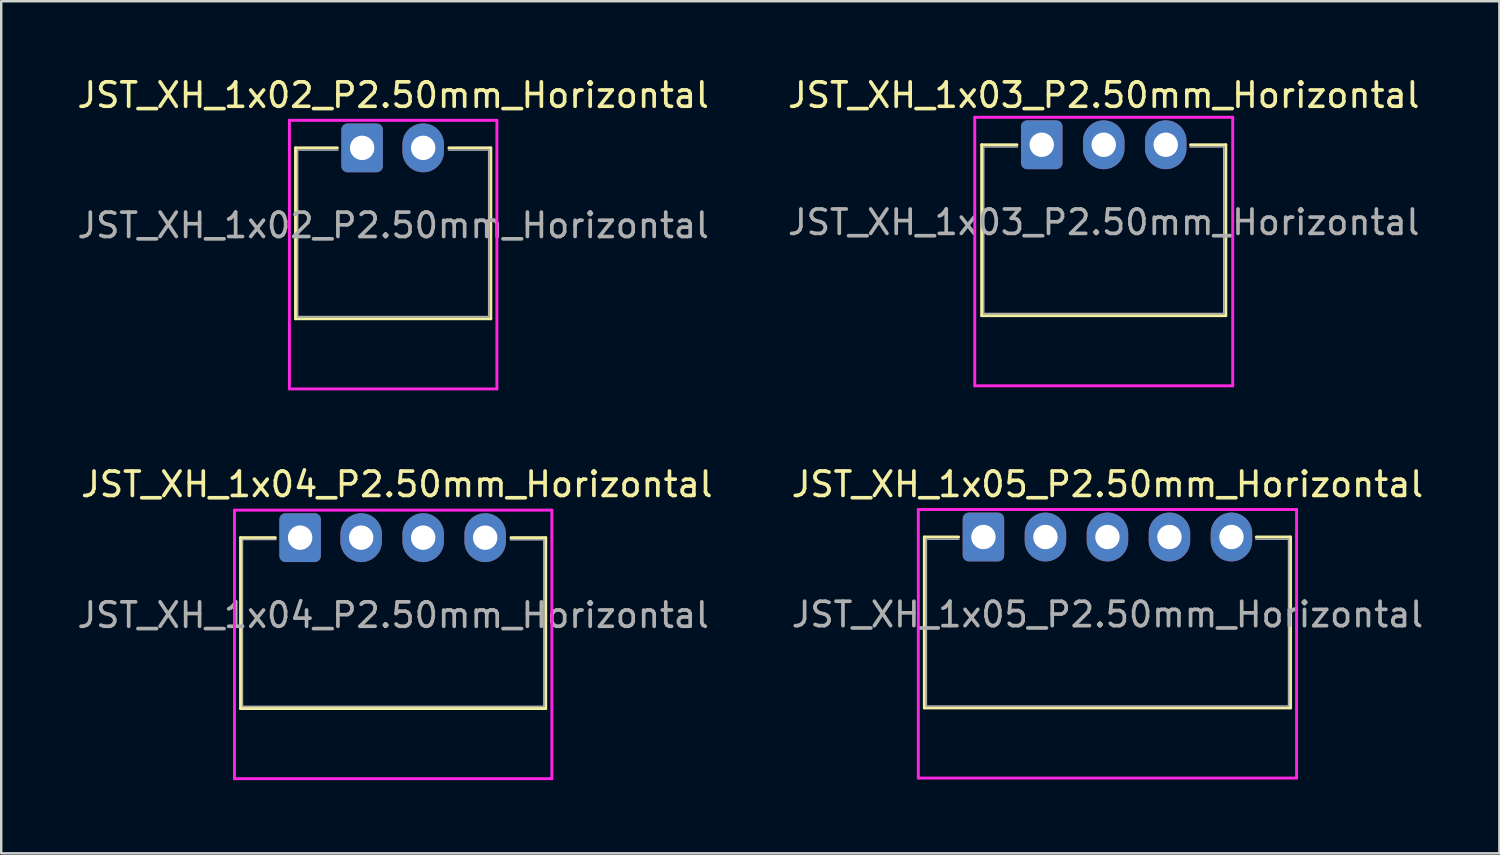
<source format=kicad_pcb>
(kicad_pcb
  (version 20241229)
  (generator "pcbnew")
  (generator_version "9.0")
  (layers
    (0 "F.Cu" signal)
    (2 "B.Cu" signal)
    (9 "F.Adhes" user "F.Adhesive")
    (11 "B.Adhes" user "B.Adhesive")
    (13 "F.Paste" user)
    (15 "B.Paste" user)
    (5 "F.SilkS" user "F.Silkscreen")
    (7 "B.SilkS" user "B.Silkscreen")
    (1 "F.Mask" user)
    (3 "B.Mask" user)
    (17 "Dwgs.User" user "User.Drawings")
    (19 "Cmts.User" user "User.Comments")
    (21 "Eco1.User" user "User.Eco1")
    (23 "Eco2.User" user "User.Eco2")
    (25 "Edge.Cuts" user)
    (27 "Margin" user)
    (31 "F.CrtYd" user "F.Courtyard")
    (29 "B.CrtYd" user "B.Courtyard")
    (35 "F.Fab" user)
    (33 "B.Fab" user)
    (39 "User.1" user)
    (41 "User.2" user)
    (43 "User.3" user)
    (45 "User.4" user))
  (footprint "JST_XH_1x04_P2.50mm_Horizontal"
    (layer "F.Cu")
    (at 13.054 18.846)
    (property "Reference" "JST_XH_1x04_P2.50mm_Horizontal" (at 0.152 -2.057 0) (layer "F.SilkS") (effects (font (size 1 1) (thickness 0.15))))
    (attr through_hole)
    (fp_line (start -6.25 0.127) (end -6.25 7.127) (stroke (width 0.12) (type solid)) (layer "F.SilkS"))
    (fp_line (start -6.25 0.127) (end -4.826 0.127) (stroke (width 0.12) (type solid)) (layer "F.SilkS"))
    (fp_line (start -6.25 7.127) (end 6.25 7.127) (stroke (width 0.12) (type solid)) (layer "F.SilkS"))
    (fp_line (start 6.25 0.127) (end 4.826 0.127) (stroke (width 0.12) (type solid)) (layer "F.SilkS"))
    (fp_line (start 6.25 0.127) (end 6.25 7.127) (stroke (width 0.12) (type solid)) (layer "F.SilkS"))
    (fp_line (start -6.5 -1) (end -6.5 10) (stroke (width 0.12) (type solid)) (layer "F.CrtYd"))
    (fp_line (start -6.5 -1) (end 6.5 -1) (stroke (width 0.12) (type solid)) (layer "F.CrtYd"))
    (fp_line (start -6.5 10) (end 6.5 10) (stroke (width 0.12) (type solid)) (layer "F.CrtYd"))
    (fp_line (start 6.5 -1) (end 6.5 10) (stroke (width 0.12) (type solid)) (layer "F.CrtYd"))
    (fp_line (start -6.172 0.203) (end -4.801 0.203) (stroke (width 0.06) (type solid)) (layer "F.Fab"))
    (fp_line (start -6.172 7.036) (end -6.172 0.203) (stroke (width 0.06) (type solid)) (layer "F.Fab"))
    (fp_line (start 6.172 0.216) (end 4.801 0.216) (stroke (width 0.06) (type solid)) (layer "F.Fab"))
    (fp_line (start 6.172 7.036) (end -6.172 7.036) (stroke (width 0.06) (type solid)) (layer "F.Fab"))
    (fp_line (start 6.172 7.036) (end 6.172 0.216) (stroke (width 0.06) (type solid)) (layer "F.Fab"))
    (fp_text user "${REFERENCE}" (at 0 3.302 0) (layer "F.Fab") (effects (font (size 1 1) (thickness 0.15))))
    (pad "1" thru_hole roundrect (at -3.81 0.127) (size 1.7 2) (drill 1) (layers "*.Cu" "*.Mask") (roundrect_rratio 0.147))
    (pad "2" thru_hole oval (at -1.31 0.127) (size 1.7 2) (drill 1) (layers "*.Cu" "*.Mask"))
    (pad "3" thru_hole oval (at 1.23 0.127) (size 1.7 2) (drill 1) (layers "*.Cu" "*.Mask"))
    (pad "4" thru_hole oval (at 3.77 0.127) (size 1.7 2) (drill 1) (layers "*.Cu" "*.Mask")))
  (footprint "JST_XH_1x02_P2.50mm_Horizontal"
    (layer "F.Cu")
    (at 13.054 2.88)
    (property "Reference" "JST_XH_1x02_P2.50mm_Horizontal" (at 0 -2.032 0) (layer "F.SilkS") (effects (font (size 1 1) (thickness 0.15))))
    (attr through_hole)
    (fp_line (start -4 0.127) (end -4 7.127) (stroke (width 0.12) (type solid)) (layer "F.SilkS"))
    (fp_line (start -4 0.127) (end -2.286 0.127) (stroke (width 0.12) (type solid)) (layer "F.SilkS"))
    (fp_line (start -4 7.127) (end 4 7.127) (stroke (width 0.12) (type solid)) (layer "F.SilkS"))
    (fp_line (start 4 0.127) (end 2.286 0.127) (stroke (width 0.12) (type solid)) (layer "F.SilkS"))
    (fp_line (start 4 0.127) (end 4 7.127) (stroke (width 0.12) (type solid)) (layer "F.SilkS"))
    (fp_line (start -4.25 -1) (end -4.25 10) (stroke (width 0.12) (type solid)) (layer "F.CrtYd"))
    (fp_line (start -4.25 -1) (end 4.25 -1) (stroke (width 0.12) (type solid)) (layer "F.CrtYd"))
    (fp_line (start -4.25 10) (end 4.25 10) (stroke (width 0.12) (type solid)) (layer "F.CrtYd"))
    (fp_line (start 4.25 -1) (end 4.25 10) (stroke (width 0.12) (type solid)) (layer "F.CrtYd"))
    (fp_line (start -3.912 0.216) (end -2.261 0.216) (stroke (width 0.06) (type solid)) (layer "F.Fab"))
    (fp_line (start -3.912 7.036) (end -3.912 0.216) (stroke (width 0.06) (type solid)) (layer "F.Fab"))
    (fp_line (start 3.912 0.216) (end 2.261 0.216) (stroke (width 0.06) (type solid)) (layer "F.Fab"))
    (fp_line (start 3.912 7.036) (end -3.912 7.036) (stroke (width 0.06) (type solid)) (layer "F.Fab"))
    (fp_line (start 3.912 7.036) (end 3.912 0.216) (stroke (width 0.06) (type solid)) (layer "F.Fab"))
    (fp_text user "${REFERENCE}" (at 0 3.302 0) (layer "F.Fab") (effects (font (size 1 1) (thickness 0.15))))
    (pad "1" thru_hole roundrect (at -1.27 0.127) (size 1.7 2) (drill 1) (layers "*.Cu" "*.Mask") (roundrect_rratio 0.147))
    (pad "2" thru_hole oval (at 1.23 0.127) (size 1.7 2) (drill 1) (layers "*.Cu" "*.Mask")))
  (footprint "JST_XH_1x05_P2.50mm_Horizontal"
    (layer "F.Cu")
    (at 42.313 18.82)
    (property "Reference" "JST_XH_1x05_P2.50mm_Horizontal" (at 0 -2.032 0) (layer "F.SilkS") (effects (font (size 1 1) (thickness 0.15))))
    (attr through_hole)
    (fp_line (start -7.5 0.127) (end -7.5 7.127) (stroke (width 0.12) (type solid)) (layer "F.SilkS"))
    (fp_line (start -7.5 0.127) (end -6.096 0.127) (stroke (width 0.12) (type solid)) (layer "F.SilkS"))
    (fp_line (start -7.5 7.127) (end 7.5 7.127) (stroke (width 0.12) (type solid)) (layer "F.SilkS"))
    (fp_line (start 7.5 0.127) (end 6.096 0.127) (stroke (width 0.12) (type solid)) (layer "F.SilkS"))
    (fp_line (start 7.5 0.127) (end 7.5 7.127) (stroke (width 0.12) (type solid)) (layer "F.SilkS"))
    (fp_line (start -7.747 -1) (end -7.747 10) (stroke (width 0.12) (type solid)) (layer "F.CrtYd"))
    (fp_line (start -7.747 -1) (end 7.747 -1) (stroke (width 0.12) (type solid)) (layer "F.CrtYd"))
    (fp_line (start -7.747 10) (end 7.747 10) (stroke (width 0.12) (type solid)) (layer "F.CrtYd"))
    (fp_line (start 7.747 -1) (end 7.747 10) (stroke (width 0.12) (type solid)) (layer "F.CrtYd"))
    (fp_line (start -7.417 0.216) (end -6.083 0.216) (stroke (width 0.06) (type solid)) (layer "F.Fab"))
    (fp_line (start -7.417 7.048) (end -7.417 0.216) (stroke (width 0.06) (type solid)) (layer "F.Fab"))
    (fp_line (start 6.071 0.216) (end 7.417 0.216) (stroke (width 0.06) (type solid)) (layer "F.Fab"))
    (fp_line (start 7.417 7.048) (end -7.417 7.048) (stroke (width 0.06) (type solid)) (layer "F.Fab"))
    (fp_line (start 7.417 7.048) (end 7.417 0.216) (stroke (width 0.06) (type solid)) (layer "F.Fab"))
    (fp_text user "${REFERENCE}" (at 0 3.302 0) (layer "F.Fab") (effects (font (size 1 1) (thickness 0.15))))
    (pad "1" thru_hole roundrect (at -5.08 0.127) (size 1.7 2) (drill 1) (layers "*.Cu" "*.Mask") (roundrect_rratio 0.147))
    (pad "2" thru_hole oval (at -2.54 0.127) (size 1.7 2) (drill 1) (layers "*.Cu" "*.Mask"))
    (pad "3" thru_hole oval (at 0 0.127) (size 1.7 2) (drill 1) (layers "*.Cu" "*.Mask"))
    (pad "4" thru_hole oval (at 2.54 0.127) (size 1.7 2) (drill 1) (layers "*.Cu" "*.Mask"))
    (pad "5" thru_hole oval (at 5.08 0.127) (size 1.7 2) (drill 1) (layers "*.Cu" "*.Mask")))
  (footprint "JST_XH_1x03_P2.50mm_Horizontal"
    (layer "F.Cu")
    (at 42.161 2.753)
    (property "Reference" "JST_XH_1x03_P2.50mm_Horizontal" (at 0 -1.905 0) (layer "F.SilkS") (effects (font (size 1 1) (thickness 0.15))))
    (attr through_hole)
    (fp_line (start -5 0.127) (end -5 7.127) (stroke (width 0.12) (type solid)) (layer "F.SilkS"))
    (fp_line (start -5 0.127) (end -3.556 0.127) (stroke (width 0.12) (type solid)) (layer "F.SilkS"))
    (fp_line (start -5 7.127) (end 5 7.127) (stroke (width 0.12) (type solid)) (layer "F.SilkS"))
    (fp_line (start 5 0.127) (end 3.556 0.127) (stroke (width 0.12) (type solid)) (layer "F.SilkS"))
    (fp_line (start 5 0.127) (end 5 7.127) (stroke (width 0.12) (type solid)) (layer "F.SilkS"))
    (fp_line (start -5.283 -1) (end -5.283 10) (stroke (width 0.12) (type solid)) (layer "F.CrtYd"))
    (fp_line (start -5.283 -1) (end 5.283 -1) (stroke (width 0.12) (type solid)) (layer "F.CrtYd"))
    (fp_line (start -5.283 10) (end 5.283 10) (stroke (width 0.12) (type solid)) (layer "F.CrtYd"))
    (fp_line (start 5.283 -1) (end 5.283 10) (stroke (width 0.12) (type solid)) (layer "F.CrtYd"))
    (fp_line (start -4.915 0.216) (end -3.531 0.216) (stroke (width 0.06) (type solid)) (layer "F.Fab"))
    (fp_line (start -4.915 7.036) (end -4.915 0.216) (stroke (width 0.06) (type solid)) (layer "F.Fab"))
    (fp_line (start 4.915 0.216) (end 3.531 0.216) (stroke (width 0.06) (type solid)) (layer "F.Fab"))
    (fp_line (start 4.915 7.036) (end -4.915 7.036) (stroke (width 0.06) (type solid)) (layer "F.Fab"))
    (fp_line (start 4.915 7.036) (end 4.915 0.216) (stroke (width 0.06) (type solid)) (layer "F.Fab"))
    (fp_text user "${REFERENCE}" (at 0 3.302 0) (layer "F.Fab") (effects (font (size 1 1) (thickness 0.15))))
    (pad "1" thru_hole roundrect (at -2.54 0.127) (size 1.7 2) (drill 1) (layers "*.Cu" "*.Mask") (roundrect_rratio 0.147))
    (pad "2" thru_hole oval (at 0 0.127) (size 1.7 2) (drill 1) (layers "*.Cu" "*.Mask"))
    (pad "3" thru_hole oval (at 2.54 0.127) (size 1.7 2) (drill 1) (layers "*.Cu" "*.Mask")))
  (gr_rect
    (start -3 -3)
    (end 58.367 31.906)
    (stroke (width 0.1) (type default))
    (fill no)
    (layer "Edge.Cuts")))
</source>
